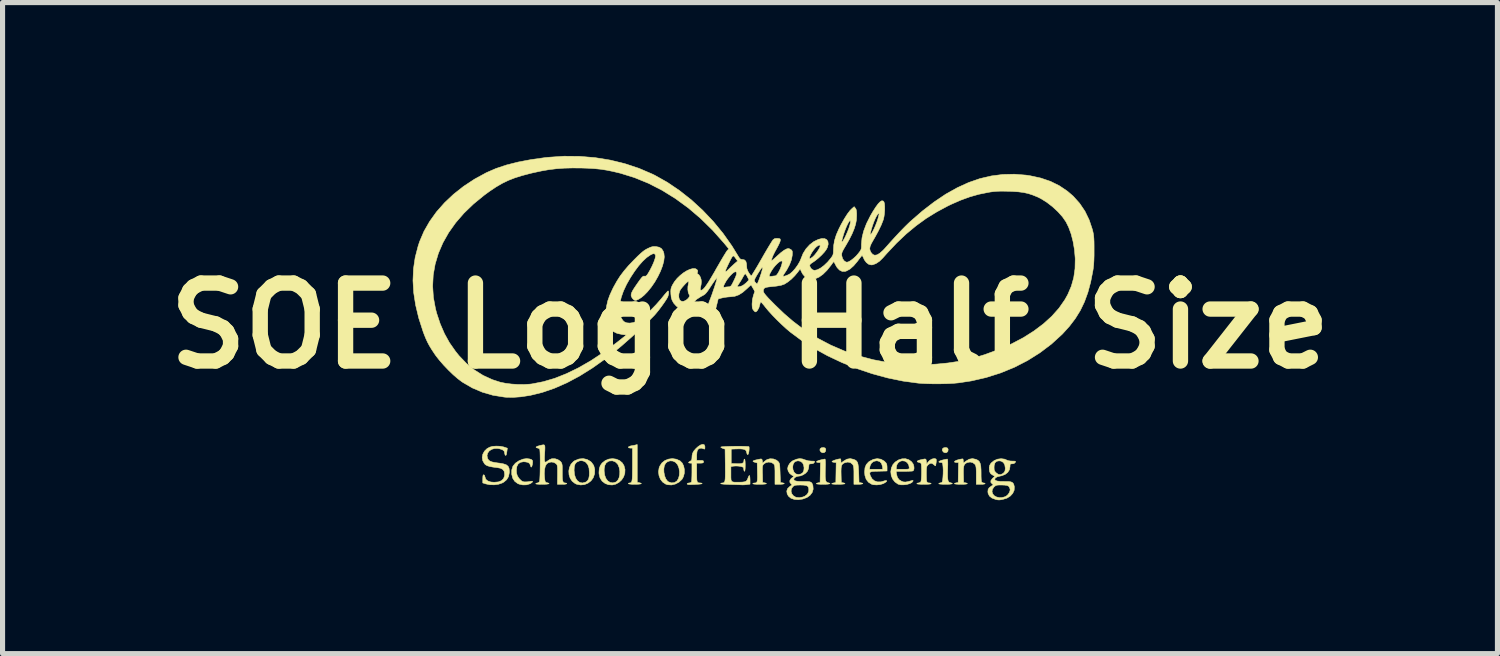
<source format=kicad_pcb>
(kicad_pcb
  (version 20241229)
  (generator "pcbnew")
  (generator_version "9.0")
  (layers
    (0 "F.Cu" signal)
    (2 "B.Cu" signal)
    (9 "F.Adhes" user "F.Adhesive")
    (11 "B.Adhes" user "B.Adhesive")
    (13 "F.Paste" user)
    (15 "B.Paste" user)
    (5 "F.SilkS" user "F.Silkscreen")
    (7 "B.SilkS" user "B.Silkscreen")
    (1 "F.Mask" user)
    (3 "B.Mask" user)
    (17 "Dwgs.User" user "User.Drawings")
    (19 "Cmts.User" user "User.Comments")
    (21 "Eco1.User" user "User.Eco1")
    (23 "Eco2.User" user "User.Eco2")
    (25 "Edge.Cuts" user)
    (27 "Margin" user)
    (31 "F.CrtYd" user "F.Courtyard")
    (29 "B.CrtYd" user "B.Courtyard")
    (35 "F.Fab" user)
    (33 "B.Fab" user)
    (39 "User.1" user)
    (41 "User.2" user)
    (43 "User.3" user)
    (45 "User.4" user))
  (footprint "SOE Logo Half Size"
    (layer "F.Cu")
    (at 11.619 3.321)
    (property "Reference" "SOE Logo Half Size" (at 0 0 0) (layer "F.SilkS") (effects (font (size 1.524 1.524) (thickness 0.3))))
    (attr through_hole)
    (fp_poly (pts (xy 1.44 2.382) (xy 1.47 2.392) (xy 1.482 2.417) (xy 1.477 2.455) (xy 1.455 2.479) (xy 1.423 2.485) (xy 1.389 2.47) (xy 1.385 2.466) (xy 1.366 2.434) (xy 1.371 2.406) (xy 1.395 2.387) (xy 1.435 2.382) (xy 1.44 2.382)) (stroke (width 0.01) (type solid)) (fill yes) (layer "F.SilkS"))
    (fp_poly (pts (xy 3.833 2.382) (xy 3.863 2.392) (xy 3.875 2.417) (xy 3.87 2.455) (xy 3.848 2.479) (xy 3.816 2.485) (xy 3.782 2.47) (xy 3.778 2.466) (xy 3.759 2.434) (xy 3.764 2.406) (xy 3.788 2.387) (xy 3.828 2.382) (xy 3.833 2.382)) (stroke (width 0.01) (type solid)) (fill yes) (layer "F.SilkS"))
    (fp_poly (pts (xy -2.206 3.062) (xy -2.166 3.07) (xy -2.133 3.079) (xy -2.125 3.087) (xy -2.141 3.094) (xy -2.178 3.099) (xy -2.236 3.101) (xy -2.253 3.101) (xy -2.312 3.1) (xy -2.356 3.096) (xy -2.378 3.091) (xy -2.38 3.088) (xy -2.369 3.077) (xy -2.356 3.075) (xy -2.339 3.073) (xy -2.326 3.067) (xy -2.316 3.054) (xy -2.309 3.029) (xy -2.304 2.992) (xy -2.301 2.937) (xy -2.3 2.863) (xy -2.299 2.767) (xy -2.299 2.718) (xy -2.299 2.393) (xy -2.339 2.393) (xy -2.371 2.388) (xy -2.38 2.377) (xy -2.369 2.363) (xy -2.337 2.351) (xy -2.323 2.348) (xy -2.279 2.341) (xy -2.242 2.333) (xy -2.236 2.331) (xy -2.206 2.323) (xy -2.206 3.062)) (stroke (width 0.01) (type solid)) (fill yes) (layer "F.SilkS"))
    (fp_poly (pts (xy 1.471 2.618) (xy 1.474 2.653) (xy 1.475 2.712) (xy 1.473 2.786) (xy 1.471 2.88) (xy 1.471 2.95) (xy 1.475 3) (xy 1.482 3.034) (xy 1.495 3.055) (xy 1.512 3.067) (xy 1.525 3.07) (xy 1.557 3.079) (xy 1.564 3.087) (xy 1.548 3.094) (xy 1.511 3.099) (xy 1.453 3.101) (xy 1.43 3.101) (xy 1.374 3.1) (xy 1.329 3.097) (xy 1.302 3.093) (xy 1.297 3.089) (xy 1.308 3.079) (xy 1.333 3.072) (xy 1.37 3.068) (xy 1.374 2.871) (xy 1.378 2.674) (xy 1.336 2.674) (xy 1.306 2.67) (xy 1.299 2.66) (xy 1.314 2.647) (xy 1.348 2.633) (xy 1.378 2.625) (xy 1.421 2.615) (xy 1.453 2.609) (xy 1.465 2.607) (xy 1.471 2.618)) (stroke (width 0.01) (type solid)) (fill yes) (layer "F.SilkS"))
    (fp_poly (pts (xy 3.864 2.618) (xy 3.867 2.653) (xy 3.868 2.712) (xy 3.866 2.786) (xy 3.864 2.88) (xy 3.864 2.95) (xy 3.868 3) (xy 3.875 3.034) (xy 3.888 3.055) (xy 3.905 3.067) (xy 3.918 3.07) (xy 3.95 3.079) (xy 3.957 3.087) (xy 3.941 3.094) (xy 3.904 3.099) (xy 3.846 3.101) (xy 3.823 3.101) (xy 3.767 3.1) (xy 3.722 3.097) (xy 3.695 3.093) (xy 3.69 3.089) (xy 3.701 3.079) (xy 3.726 3.072) (xy 3.745 3.069) (xy 3.756 3.06) (xy 3.764 3.04) (xy 3.769 3.004) (xy 3.773 2.961) (xy 3.777 2.894) (xy 3.778 2.823) (xy 3.775 2.764) (xy 3.77 2.716) (xy 3.765 2.689) (xy 3.755 2.677) (xy 3.739 2.674) (xy 3.727 2.674) (xy 3.698 2.67) (xy 3.692 2.66) (xy 3.707 2.647) (xy 3.741 2.633) (xy 3.771 2.625) (xy 3.813 2.615) (xy 3.846 2.609) (xy 3.858 2.607) (xy 3.864 2.618)) (stroke (width 0.01) (type solid)) (fill yes) (layer "F.SilkS"))
    (fp_poly (pts (xy -4.307 2.606) (xy -4.273 2.618) (xy -4.255 2.636) (xy -4.251 2.665) (xy -4.257 2.712) (xy -4.26 2.725) (xy -4.27 2.758) (xy -4.281 2.765) (xy -4.292 2.744) (xy -4.296 2.727) (xy -4.312 2.692) (xy -4.347 2.671) (xy -4.402 2.661) (xy -4.433 2.66) (xy -4.492 2.671) (xy -4.535 2.703) (xy -4.561 2.754) (xy -4.57 2.823) (xy -4.566 2.883) (xy -4.551 2.935) (xy -4.52 2.983) (xy -4.505 2.999) (xy -4.472 3.032) (xy -4.444 3.048) (xy -4.412 3.054) (xy -4.396 3.054) (xy -4.347 3.052) (xy -4.301 3.045) (xy -4.293 3.043) (xy -4.262 3.04) (xy -4.252 3.047) (xy -4.263 3.064) (xy -4.293 3.085) (xy -4.305 3.091) (xy -4.369 3.111) (xy -4.442 3.113) (xy -4.513 3.098) (xy -4.542 3.087) (xy -4.601 3.043) (xy -4.641 2.982) (xy -4.661 2.904) (xy -4.66 2.819) (xy -4.637 2.747) (xy -4.589 2.688) (xy -4.518 2.64) (xy -4.439 2.608) (xy -4.368 2.598) (xy -4.307 2.606)) (stroke (width 0.01) (type solid)) (fill yes) (layer "F.SilkS"))
    (fp_poly (pts (xy -1.44 2.61) (xy -1.368 2.643) (xy -1.326 2.685) (xy -1.298 2.744) (xy -1.284 2.812) (xy -1.285 2.884) (xy -1.302 2.951) (xy -1.331 3.004) (xy -1.39 3.059) (xy -1.461 3.096) (xy -1.537 3.114) (xy -1.612 3.109) (xy -1.652 3.096) (xy -1.709 3.057) (xy -1.753 3.001) (xy -1.78 2.932) (xy -1.79 2.857) (xy -1.781 2.798) (xy -1.686 2.798) (xy -1.684 2.865) (xy -1.671 2.933) (xy -1.648 2.993) (xy -1.615 3.038) (xy -1.593 3.054) (xy -1.535 3.073) (xy -1.479 3.068) (xy -1.432 3.038) (xy -1.431 3.037) (xy -1.4 2.99) (xy -1.383 2.926) (xy -1.379 2.855) (xy -1.39 2.784) (xy -1.415 2.721) (xy -1.418 2.715) (xy -1.459 2.67) (xy -1.509 2.646) (xy -1.564 2.642) (xy -1.616 2.66) (xy -1.651 2.69) (xy -1.676 2.737) (xy -1.686 2.798) (xy -1.781 2.798) (xy -1.779 2.782) (xy -1.766 2.747) (xy -1.724 2.683) (xy -1.665 2.636) (xy -1.594 2.608) (xy -1.518 2.598) (xy -1.44 2.61)) (stroke (width 0.01) (type solid)) (fill yes) (layer "F.SilkS"))
    (fp_poly (pts (xy -3.188 2.615) (xy -3.119 2.655) (xy -3.1 2.672) (xy -3.057 2.733) (xy -3.037 2.808) (xy -3.04 2.894) (xy -3.041 2.898) (xy -3.066 2.972) (xy -3.11 3.033) (xy -3.17 3.079) (xy -3.239 3.107) (xy -3.314 3.114) (xy -3.389 3.1) (xy -3.422 3.085) (xy -3.478 3.041) (xy -3.518 2.982) (xy -3.54 2.914) (xy -3.544 2.841) (xy -3.542 2.827) (xy -3.441 2.827) (xy -3.433 2.912) (xy -3.41 2.982) (xy -3.375 3.033) (xy -3.33 3.065) (xy -3.278 3.075) (xy -3.22 3.06) (xy -3.21 3.056) (xy -3.177 3.03) (xy -3.155 2.991) (xy -3.144 2.934) (xy -3.142 2.873) (xy -3.149 2.784) (xy -3.173 2.717) (xy -3.212 2.67) (xy -3.245 2.651) (xy -3.288 2.639) (xy -3.328 2.641) (xy -3.343 2.646) (xy -3.39 2.668) (xy -3.421 2.703) (xy -3.437 2.756) (xy -3.441 2.827) (xy -3.542 2.827) (xy -3.531 2.771) (xy -3.501 2.707) (xy -3.453 2.655) (xy -3.427 2.638) (xy -3.346 2.606) (xy -3.264 2.598) (xy -3.188 2.615)) (stroke (width 0.01) (type solid)) (fill yes) (layer "F.SilkS"))
    (fp_poly (pts (xy -2.616 2.609) (xy -2.551 2.637) (xy -2.498 2.682) (xy -2.465 2.736) (xy -2.445 2.813) (xy -2.449 2.887) (xy -2.472 2.955) (xy -2.511 3.015) (xy -2.564 3.064) (xy -2.626 3.098) (xy -2.695 3.114) (xy -2.768 3.109) (xy -2.833 3.085) (xy -2.893 3.039) (xy -2.934 2.975) (xy -2.953 2.898) (xy -2.954 2.866) (xy -2.952 2.842) (xy -2.853 2.842) (xy -2.843 2.921) (xy -2.819 2.986) (xy -2.782 3.035) (xy -2.735 3.065) (xy -2.682 3.073) (xy -2.625 3.057) (xy -2.621 3.055) (xy -2.586 3.023) (xy -2.561 2.972) (xy -2.548 2.91) (xy -2.547 2.842) (xy -2.559 2.774) (xy -2.584 2.714) (xy -2.594 2.7) (xy -2.637 2.66) (xy -2.692 2.641) (xy -2.749 2.645) (xy -2.771 2.653) (xy -2.813 2.683) (xy -2.839 2.729) (xy -2.852 2.794) (xy -2.853 2.842) (xy -2.952 2.842) (xy -2.948 2.793) (xy -2.928 2.735) (xy -2.892 2.684) (xy -2.89 2.683) (xy -2.829 2.635) (xy -2.76 2.607) (xy -2.687 2.599) (xy -2.616 2.609)) (stroke (width 0.01) (type solid)) (fill yes) (layer "F.SilkS"))
    (fp_poly (pts (xy 2.559 2.61) (xy 2.622 2.645) (xy 2.632 2.654) (xy 2.66 2.683) (xy 2.674 2.709) (xy 2.679 2.746) (xy 2.68 2.769) (xy 2.68 2.841) (xy 2.516 2.845) (xy 2.441 2.847) (xy 2.39 2.851) (xy 2.359 2.859) (xy 2.344 2.872) (xy 2.342 2.893) (xy 2.349 2.923) (xy 2.353 2.933) (xy 2.385 2.992) (xy 2.433 3.033) (xy 2.494 3.054) (xy 2.562 3.053) (xy 2.602 3.041) (xy 2.647 3.028) (xy 2.671 3.029) (xy 2.674 3.04) (xy 2.656 3.058) (xy 2.617 3.082) (xy 2.602 3.089) (xy 2.544 3.106) (xy 2.478 3.113) (xy 2.414 3.109) (xy 2.38 3.1) (xy 2.317 3.061) (xy 2.272 3.004) (xy 2.247 2.929) (xy 2.241 2.86) (xy 2.246 2.807) (xy 2.336 2.807) (xy 2.597 2.807) (xy 2.59 2.752) (xy 2.572 2.694) (xy 2.539 2.657) (xy 2.489 2.642) (xy 2.473 2.641) (xy 2.418 2.653) (xy 2.375 2.687) (xy 2.348 2.739) (xy 2.344 2.758) (xy 2.336 2.807) (xy 2.246 2.807) (xy 2.248 2.779) (xy 2.273 2.716) (xy 2.317 2.666) (xy 2.339 2.65) (xy 2.414 2.612) (xy 2.488 2.599) (xy 2.559 2.61)) (stroke (width 0.01) (type solid)) (fill yes) (layer "F.SilkS"))
    (fp_poly (pts (xy 3.106 2.621) (xy 3.159 2.66) (xy 3.19 2.703) (xy 3.204 2.744) (xy 3.208 2.786) (xy 3.202 2.821) (xy 3.187 2.839) (xy 3.166 2.843) (xy 3.124 2.845) (xy 3.068 2.847) (xy 3.012 2.847) (xy 2.857 2.847) (xy 2.865 2.901) (xy 2.882 2.965) (xy 2.915 3.011) (xy 2.963 3.041) (xy 2.999 3.054) (xy 3.039 3.057) (xy 3.088 3.049) (xy 3.154 3.031) (xy 3.165 3.028) (xy 3.187 3.024) (xy 3.189 3.034) (xy 3.187 3.04) (xy 3.164 3.067) (xy 3.122 3.088) (xy 3.067 3.104) (xy 3.007 3.111) (xy 2.949 3.111) (xy 2.9 3.099) (xy 2.894 3.097) (xy 2.833 3.054) (xy 2.788 2.996) (xy 2.761 2.928) (xy 2.753 2.855) (xy 2.764 2.782) (xy 2.768 2.773) (xy 2.861 2.773) (xy 2.861 2.807) (xy 2.988 2.807) (xy 3.047 2.807) (xy 3.084 2.805) (xy 3.105 2.8) (xy 3.113 2.792) (xy 3.115 2.783) (xy 3.104 2.723) (xy 3.075 2.677) (xy 3.032 2.648) (xy 2.98 2.641) (xy 2.946 2.647) (xy 2.901 2.675) (xy 2.871 2.721) (xy 2.861 2.773) (xy 2.768 2.773) (xy 2.795 2.715) (xy 2.838 2.667) (xy 2.904 2.624) (xy 2.974 2.602) (xy 3.043 2.601) (xy 3.106 2.621)) (stroke (width 0.01) (type solid)) (fill yes) (layer "F.SilkS"))
    (fp_poly (pts (xy 2.026 2.613) (xy 2.06 2.628) (xy 2.084 2.646) (xy 2.101 2.672) (xy 2.112 2.709) (xy 2.119 2.762) (xy 2.124 2.835) (xy 2.126 2.881) (xy 2.132 3.068) (xy 2.169 3.072) (xy 2.2 3.079) (xy 2.207 3.086) (xy 2.193 3.094) (xy 2.162 3.099) (xy 2.119 3.101) (xy 2.032 3.101) (xy 2.032 2.923) (xy 2.032 2.849) (xy 2.03 2.796) (xy 2.026 2.761) (xy 2.02 2.736) (xy 2.011 2.718) (xy 2.005 2.71) (xy 1.963 2.676) (xy 1.911 2.666) (xy 1.854 2.678) (xy 1.824 2.694) (xy 1.802 2.713) (xy 1.789 2.741) (xy 1.782 2.783) (xy 1.78 2.843) (xy 1.781 2.911) (xy 1.785 3.068) (xy 1.821 3.072) (xy 1.848 3.079) (xy 1.858 3.089) (xy 1.846 3.094) (xy 1.812 3.098) (xy 1.763 3.101) (xy 1.722 3.101) (xy 1.661 3.1) (xy 1.619 3.097) (xy 1.599 3.093) (xy 1.598 3.089) (xy 1.62 3.078) (xy 1.644 3.073) (xy 1.678 3.068) (xy 1.685 2.675) (xy 1.641 2.671) (xy 1.613 2.665) (xy 1.602 2.655) (xy 1.603 2.654) (xy 1.617 2.644) (xy 1.648 2.631) (xy 1.688 2.618) (xy 1.728 2.608) (xy 1.759 2.603) (xy 1.771 2.604) (xy 1.776 2.621) (xy 1.778 2.65) (xy 1.778 2.688) (xy 1.828 2.649) (xy 1.893 2.61) (xy 1.959 2.598) (xy 2.026 2.613)) (stroke (width 0.01) (type solid)) (fill yes) (layer "F.SilkS"))
    (fp_poly (pts (xy 3.617 2.599) (xy 3.636 2.606) (xy 3.644 2.62) (xy 3.643 2.649) (xy 3.641 2.671) (xy 3.635 2.709) (xy 3.63 2.734) (xy 3.628 2.74) (xy 3.616 2.735) (xy 3.596 2.716) (xy 3.595 2.716) (xy 3.559 2.691) (xy 3.521 2.693) (xy 3.482 2.72) (xy 3.468 2.736) (xy 3.458 2.753) (xy 3.453 2.777) (xy 3.45 2.814) (xy 3.449 2.87) (xy 3.449 2.906) (xy 3.45 2.975) (xy 3.452 3.023) (xy 3.459 3.052) (xy 3.472 3.068) (xy 3.492 3.074) (xy 3.517 3.075) (xy 3.538 3.081) (xy 3.543 3.088) (xy 3.53 3.094) (xy 3.494 3.099) (xy 3.439 3.101) (xy 3.402 3.101) (xy 3.338 3.1) (xy 3.291 3.097) (xy 3.266 3.092) (xy 3.262 3.088) (xy 3.273 3.078) (xy 3.295 3.075) (xy 3.327 3.065) (xy 3.342 3.049) (xy 3.347 3.026) (xy 3.351 2.983) (xy 3.354 2.928) (xy 3.355 2.866) (xy 3.355 2.805) (xy 3.353 2.751) (xy 3.35 2.711) (xy 3.345 2.692) (xy 3.325 2.678) (xy 3.303 2.672) (xy 3.273 2.663) (xy 3.269 2.651) (xy 3.287 2.637) (xy 3.329 2.623) (xy 3.332 2.623) (xy 3.385 2.611) (xy 3.418 2.605) (xy 3.436 2.609) (xy 3.444 2.622) (xy 3.448 2.646) (xy 3.449 2.653) (xy 3.456 2.706) (xy 3.479 2.67) (xy 3.514 2.633) (xy 3.558 2.607) (xy 3.602 2.597) (xy 3.617 2.599)) (stroke (width 0.01) (type solid)) (fill yes) (layer "F.SilkS"))
    (fp_poly (pts (xy 4.419 2.613) (xy 4.421 2.614) (xy 4.458 2.632) (xy 4.485 2.658) (xy 4.502 2.694) (xy 4.513 2.745) (xy 4.518 2.815) (xy 4.519 2.878) (xy 4.519 2.942) (xy 4.521 2.996) (xy 4.524 3.036) (xy 4.527 3.054) (xy 4.545 3.07) (xy 4.567 3.075) (xy 4.591 3.079) (xy 4.599 3.088) (xy 4.586 3.095) (xy 4.554 3.1) (xy 4.512 3.101) (xy 4.425 3.101) (xy 4.425 2.923) (xy 4.425 2.849) (xy 4.423 2.797) (xy 4.419 2.761) (xy 4.413 2.737) (xy 4.404 2.718) (xy 4.398 2.709) (xy 4.356 2.677) (xy 4.304 2.665) (xy 4.25 2.675) (xy 4.24 2.679) (xy 4.212 2.696) (xy 4.193 2.717) (xy 4.181 2.747) (xy 4.175 2.789) (xy 4.173 2.85) (xy 4.174 2.911) (xy 4.178 3.068) (xy 4.214 3.072) (xy 4.241 3.079) (xy 4.251 3.089) (xy 4.239 3.094) (xy 4.205 3.099) (xy 4.157 3.101) (xy 4.124 3.101) (xy 4.07 3.1) (xy 4.027 3.097) (xy 4.001 3.092) (xy 3.997 3.089) (xy 4.009 3.079) (xy 4.034 3.072) (xy 4.071 3.068) (xy 4.074 2.871) (xy 4.078 2.674) (xy 4.038 2.674) (xy 4.006 2.67) (xy 3.997 2.659) (xy 4.01 2.645) (xy 4.043 2.629) (xy 4.077 2.619) (xy 4.12 2.609) (xy 4.152 2.604) (xy 4.164 2.605) (xy 4.169 2.621) (xy 4.171 2.65) (xy 4.171 2.688) (xy 4.221 2.649) (xy 4.286 2.61) (xy 4.351 2.598) (xy 4.419 2.613)) (stroke (width 0.01) (type solid)) (fill yes) (layer "F.SilkS"))
    (fp_poly (pts (xy -0.896 2.327) (xy -0.883 2.357) (xy -0.882 2.375) (xy -0.884 2.405) (xy -0.892 2.413) (xy -0.908 2.407) (xy -0.954 2.393) (xy -0.996 2.401) (xy -1.022 2.423) (xy -1.037 2.462) (xy -1.043 2.527) (xy -1.043 2.543) (xy -1.043 2.634) (xy -0.976 2.634) (xy -0.936 2.635) (xy -0.916 2.641) (xy -0.909 2.654) (xy -0.909 2.66) (xy -0.913 2.676) (xy -0.928 2.684) (xy -0.96 2.687) (xy -0.976 2.687) (xy -1.043 2.687) (xy -1.043 2.873) (xy -1.042 2.95) (xy -1.041 3.005) (xy -1.036 3.04) (xy -1.026 3.061) (xy -1.011 3.071) (xy -0.988 3.074) (xy -0.968 3.075) (xy -0.944 3.079) (xy -0.936 3.087) (xy -0.948 3.092) (xy -0.98 3.097) (xy -1.026 3.101) (xy -1.078 3.104) (xy -1.13 3.106) (xy -1.176 3.107) (xy -1.208 3.105) (xy -1.217 3.104) (xy -1.231 3.093) (xy -1.223 3.082) (xy -1.199 3.075) (xy -1.191 3.075) (xy -1.159 3.068) (xy -1.144 3.054) (xy -1.141 3.033) (xy -1.139 2.991) (xy -1.137 2.934) (xy -1.136 2.868) (xy -1.136 2.86) (xy -1.136 2.687) (xy -1.17 2.687) (xy -1.195 2.683) (xy -1.203 2.676) (xy -1.192 2.663) (xy -1.17 2.649) (xy -1.147 2.634) (xy -1.138 2.609) (xy -1.136 2.581) (xy -1.133 2.536) (xy -1.123 2.495) (xy -1.122 2.491) (xy -1.098 2.448) (xy -1.058 2.402) (xy -1.013 2.361) (xy -0.969 2.333) (xy -0.967 2.331) (xy -0.923 2.319) (xy -0.896 2.327)) (stroke (width 0.01) (type solid)) (fill yes) (layer "F.SilkS"))
    (fp_poly (pts (xy -4.888 2.357) (xy -4.82 2.37) (xy -4.808 2.374) (xy -4.746 2.395) (xy -4.754 2.451) (xy -4.76 2.49) (xy -4.766 2.519) (xy -4.767 2.524) (xy -4.777 2.537) (xy -4.789 2.529) (xy -4.797 2.506) (xy -4.799 2.486) (xy -4.81 2.451) (xy -4.843 2.424) (xy -4.9 2.406) (xy -4.926 2.401) (xy -4.994 2.4) (xy -5.053 2.417) (xy -5.1 2.448) (xy -5.131 2.49) (xy -5.144 2.539) (xy -5.134 2.593) (xy -5.128 2.604) (xy -5.111 2.629) (xy -5.085 2.648) (xy -5.047 2.663) (xy -4.991 2.675) (xy -4.914 2.686) (xy -4.907 2.686) (xy -4.827 2.7) (xy -4.769 2.719) (xy -4.732 2.748) (xy -4.713 2.788) (xy -4.707 2.843) (xy -4.708 2.875) (xy -4.724 2.951) (xy -4.761 3.012) (xy -4.82 3.061) (xy -4.849 3.076) (xy -4.92 3.1) (xy -5.003 3.111) (xy -5.089 3.109) (xy -5.164 3.094) (xy -5.227 3.074) (xy -5.227 2.994) (xy -5.225 2.947) (xy -5.22 2.922) (xy -5.209 2.914) (xy -5.208 2.914) (xy -5.192 2.927) (xy -5.184 2.957) (xy -5.168 3.003) (xy -5.128 3.036) (xy -5.069 3.056) (xy -5.004 3.061) (xy -4.921 3.054) (xy -4.861 3.03) (xy -4.821 2.991) (xy -4.801 2.935) (xy -4.799 2.904) (xy -4.807 2.849) (xy -4.834 2.811) (xy -4.88 2.787) (xy -4.941 2.775) (xy -5.028 2.764) (xy -5.093 2.752) (xy -5.14 2.737) (xy -5.174 2.718) (xy -5.193 2.699) (xy -5.227 2.64) (xy -5.238 2.576) (xy -5.226 2.512) (xy -5.194 2.453) (xy -5.143 2.403) (xy -5.09 2.374) (xy -5.034 2.359) (xy -4.963 2.354) (xy -4.888 2.357)) (stroke (width 0.01) (type solid)) (fill yes) (layer "F.SilkS"))
    (fp_poly (pts (xy 0.457 2.605) (xy 0.516 2.628) (xy 0.549 2.655) (xy 0.562 2.67) (xy 0.571 2.687) (xy 0.578 2.711) (xy 0.582 2.747) (xy 0.585 2.799) (xy 0.588 2.873) (xy 0.588 2.879) (xy 0.595 3.068) (xy 0.632 3.072) (xy 0.663 3.079) (xy 0.67 3.086) (xy 0.656 3.094) (xy 0.625 3.099) (xy 0.579 3.101) (xy 0.578 3.101) (xy 0.488 3.101) (xy 0.488 2.915) (xy 0.488 2.84) (xy 0.486 2.787) (xy 0.484 2.752) (xy 0.479 2.728) (xy 0.47 2.712) (xy 0.459 2.699) (xy 0.457 2.697) (xy 0.415 2.673) (xy 0.363 2.666) (xy 0.311 2.677) (xy 0.275 2.7) (xy 0.26 2.714) (xy 0.251 2.729) (xy 0.245 2.749) (xy 0.242 2.78) (xy 0.242 2.828) (xy 0.243 2.896) (xy 0.244 2.9) (xy 0.247 3.068) (xy 0.284 3.072) (xy 0.311 3.079) (xy 0.321 3.089) (xy 0.308 3.094) (xy 0.275 3.098) (xy 0.226 3.101) (xy 0.187 3.101) (xy 0.125 3.1) (xy 0.08 3.097) (xy 0.056 3.091) (xy 0.053 3.088) (xy 0.065 3.079) (xy 0.093 3.075) (xy 0.093 3.075) (xy 0.114 3.073) (xy 0.128 3.065) (xy 0.138 3.047) (xy 0.144 3.016) (xy 0.146 2.967) (xy 0.145 2.898) (xy 0.144 2.848) (xy 0.14 2.682) (xy 0.097 2.671) (xy 0.064 2.659) (xy 0.057 2.648) (xy 0.075 2.636) (xy 0.12 2.623) (xy 0.124 2.623) (xy 0.177 2.611) (xy 0.21 2.605) (xy 0.228 2.608) (xy 0.236 2.62) (xy 0.24 2.641) (xy 0.241 2.645) (xy 0.247 2.689) (xy 0.28 2.655) (xy 0.331 2.618) (xy 0.392 2.601) (xy 0.457 2.605)) (stroke (width 0.01) (type solid)) (fill yes) (layer "F.SilkS"))
    (fp_poly (pts (xy -4.022 2.333) (xy -4.013 2.352) (xy -4.011 2.387) (xy -4.013 2.443) (xy -4.016 2.492) (xy -4.02 2.569) (xy -4.02 2.623) (xy -4.015 2.655) (xy -4.004 2.668) (xy -3.987 2.664) (xy -3.961 2.646) (xy -3.956 2.642) (xy -3.918 2.617) (xy -3.877 2.601) (xy -3.873 2.6) (xy -3.816 2.6) (xy -3.759 2.618) (xy -3.711 2.65) (xy -3.698 2.665) (xy -3.685 2.684) (xy -3.678 2.706) (xy -3.673 2.736) (xy -3.672 2.781) (xy -3.672 2.846) (xy -3.672 2.856) (xy -3.672 2.939) (xy -3.669 2.999) (xy -3.662 3.039) (xy -3.649 3.063) (xy -3.631 3.073) (xy -3.616 3.075) (xy -3.591 3.079) (xy -3.583 3.088) (xy -3.595 3.095) (xy -3.628 3.1) (xy -3.675 3.101) (xy -3.767 3.101) (xy -3.765 2.915) (xy -3.765 2.84) (xy -3.765 2.788) (xy -3.768 2.752) (xy -3.772 2.729) (xy -3.78 2.713) (xy -3.792 2.699) (xy -3.794 2.698) (xy -3.836 2.672) (xy -3.888 2.665) (xy -3.939 2.676) (xy -3.976 2.7) (xy -4.003 2.744) (xy -4.018 2.809) (xy -4.023 2.893) (xy -4.018 2.974) (xy -4.012 3.021) (xy -4.005 3.049) (xy -3.994 3.062) (xy -3.975 3.069) (xy -3.969 3.07) (xy -3.937 3.079) (xy -3.93 3.087) (xy -3.946 3.094) (xy -3.984 3.099) (xy -4.041 3.101) (xy -4.065 3.101) (xy -4.13 3.1) (xy -4.173 3.097) (xy -4.191 3.091) (xy -4.191 3.088) (xy -4.172 3.077) (xy -4.157 3.075) (xy -4.131 3.064) (xy -4.118 3.049) (xy -4.114 3.029) (xy -4.111 2.986) (xy -4.108 2.927) (xy -4.106 2.856) (xy -4.105 2.777) (xy -4.104 2.696) (xy -4.104 2.616) (xy -4.105 2.543) (xy -4.107 2.482) (xy -4.11 2.437) (xy -4.113 2.413) (xy -4.114 2.411) (xy -4.134 2.397) (xy -4.158 2.391) (xy -4.183 2.383) (xy -4.184 2.372) (xy -4.162 2.358) (xy -4.118 2.345) (xy -4.113 2.343) (xy -4.069 2.333) (xy -4.04 2.328) (xy -4.022 2.333)) (stroke (width 0.01) (type solid)) (fill yes) (layer "F.SilkS"))
    (fp_poly (pts (xy -0.13 2.358) (xy -0.076 2.36) (xy -0.037 2.362) (xy -0.02 2.366) (xy -0.02 2.367) (xy -0.017 2.387) (xy -0.018 2.423) (xy -0.021 2.454) (xy -0.03 2.499) (xy -0.041 2.52) (xy -0.053 2.517) (xy -0.064 2.489) (xy -0.067 2.473) (xy -0.077 2.444) (xy -0.098 2.424) (xy -0.135 2.413) (xy -0.191 2.408) (xy -0.265 2.409) (xy -0.368 2.413) (xy -0.368 2.694) (xy -0.263 2.698) (xy -0.198 2.698) (xy -0.155 2.692) (xy -0.131 2.677) (xy -0.121 2.653) (xy -0.12 2.639) (xy -0.116 2.614) (xy -0.107 2.607) (xy -0.101 2.619) (xy -0.096 2.654) (xy -0.094 2.707) (xy -0.094 2.727) (xy -0.095 2.785) (xy -0.099 2.826) (xy -0.105 2.846) (xy -0.107 2.847) (xy -0.117 2.836) (xy -0.121 2.817) (xy -0.125 2.786) (xy -0.131 2.771) (xy -0.151 2.76) (xy -0.189 2.75) (xy -0.237 2.744) (xy -0.286 2.743) (xy -0.327 2.746) (xy -0.374 2.755) (xy -0.374 2.9) (xy -0.374 2.968) (xy -0.371 3.014) (xy -0.36 3.041) (xy -0.337 3.055) (xy -0.298 3.06) (xy -0.24 3.06) (xy -0.221 3.06) (xy -0.153 3.058) (xy -0.107 3.052) (xy -0.077 3.04) (xy -0.058 3.02) (xy -0.044 2.99) (xy -0.042 2.984) (xy -0.029 2.95) (xy -0.016 2.93) (xy -0.012 2.928) (xy -0.006 2.94) (xy -0.002 2.972) (xy 0 3.013) (xy 0 3.098) (xy -0.062 3.106) (xy -0.106 3.111) (xy -0.143 3.112) (xy -0.152 3.112) (xy -0.175 3.111) (xy -0.219 3.109) (xy -0.279 3.107) (xy -0.349 3.105) (xy -0.378 3.105) (xy -0.453 3.102) (xy -0.513 3.099) (xy -0.555 3.094) (xy -0.574 3.089) (xy -0.575 3.088) (xy -0.563 3.078) (xy -0.543 3.075) (xy -0.524 3.073) (xy -0.509 3.068) (xy -0.499 3.055) (xy -0.491 3.031) (xy -0.486 2.993) (xy -0.484 2.94) (xy -0.483 2.866) (xy -0.484 2.771) (xy -0.484 2.725) (xy -0.488 2.413) (xy -0.529 2.4) (xy -0.558 2.387) (xy -0.573 2.374) (xy -0.573 2.374) (xy -0.561 2.369) (xy -0.527 2.365) (xy -0.476 2.362) (xy -0.413 2.36) (xy -0.342 2.358) (xy -0.268 2.357) (xy -0.195 2.357) (xy -0.13 2.358)) (stroke (width 0.01) (type solid)) (fill yes) (layer "F.SilkS"))
    (fp_poly (pts (xy 1.029 2.606) (xy 1.063 2.619) (xy 1.135 2.641) (xy 1.199 2.647) (xy 1.24 2.648) (xy 1.259 2.651) (xy 1.263 2.661) (xy 1.257 2.674) (xy 1.234 2.695) (xy 1.196 2.7) (xy 1.166 2.702) (xy 1.153 2.713) (xy 1.15 2.741) (xy 1.15 2.751) (xy 1.142 2.798) (xy 1.124 2.842) (xy 1.123 2.844) (xy 1.087 2.884) (xy 1.036 2.917) (xy 0.981 2.938) (xy 0.953 2.941) (xy 0.914 2.948) (xy 0.88 2.967) (xy 0.858 2.99) (xy 0.856 3.001) (xy 0.864 3.022) (xy 0.892 3.036) (xy 0.94 3.044) (xy 1.012 3.046) (xy 1.041 3.046) (xy 1.111 3.046) (xy 1.16 3.05) (xy 1.191 3.06) (xy 1.211 3.079) (xy 1.224 3.109) (xy 1.23 3.127) (xy 1.235 3.196) (xy 1.216 3.26) (xy 1.173 3.316) (xy 1.113 3.359) (xy 1.032 3.389) (xy 0.944 3.402) (xy 0.865 3.396) (xy 0.8 3.373) (xy 0.751 3.332) (xy 0.727 3.288) (xy 0.719 3.237) (xy 0.803 3.237) (xy 0.816 3.285) (xy 0.848 3.326) (xy 0.895 3.353) (xy 0.9 3.355) (xy 0.963 3.362) (xy 1.031 3.35) (xy 1.072 3.334) (xy 1.12 3.296) (xy 1.146 3.245) (xy 1.15 3.21) (xy 1.146 3.169) (xy 1.131 3.141) (xy 1.101 3.125) (xy 1.052 3.117) (xy 0.989 3.115) (xy 0.931 3.116) (xy 0.893 3.119) (xy 0.868 3.126) (xy 0.848 3.139) (xy 0.837 3.148) (xy 0.809 3.19) (xy 0.803 3.237) (xy 0.719 3.237) (xy 0.719 3.232) (xy 0.735 3.185) (xy 0.776 3.145) (xy 0.779 3.143) (xy 0.809 3.122) (xy 0.819 3.11) (xy 0.812 3.099) (xy 0.802 3.092) (xy 0.779 3.062) (xy 0.779 3.027) (xy 0.803 2.99) (xy 0.818 2.977) (xy 0.86 2.944) (xy 0.818 2.922) (xy 0.776 2.889) (xy 0.747 2.843) (xy 0.735 2.794) (xy 0.742 2.763) (xy 0.834 2.763) (xy 0.841 2.817) (xy 0.862 2.865) (xy 0.897 2.898) (xy 0.9 2.899) (xy 0.945 2.909) (xy 0.993 2.9) (xy 1.031 2.875) (xy 1.033 2.873) (xy 1.052 2.831) (xy 1.057 2.778) (xy 1.048 2.724) (xy 1.026 2.68) (xy 1.024 2.678) (xy 0.984 2.65) (xy 0.937 2.641) (xy 0.891 2.652) (xy 0.868 2.668) (xy 0.843 2.711) (xy 0.834 2.763) (xy 0.742 2.763) (xy 0.747 2.742) (xy 0.778 2.691) (xy 0.822 2.649) (xy 0.845 2.636) (xy 0.915 2.608) (xy 0.974 2.598) (xy 1.029 2.606)) (stroke (width 0.01) (type solid)) (fill yes) (layer "F.SilkS"))
    (fp_poly (pts (xy 4.98 2.609) (xy 5.023 2.628) (xy 5.053 2.639) (xy 5.097 2.646) (xy 5.127 2.647) (xy 5.169 2.648) (xy 5.189 2.651) (xy 5.193 2.66) (xy 5.187 2.674) (xy 5.163 2.695) (xy 5.128 2.7) (xy 5.099 2.702) (xy 5.087 2.712) (xy 5.085 2.739) (xy 5.085 2.753) (xy 5.074 2.815) (xy 5.04 2.868) (xy 4.987 2.909) (xy 4.917 2.935) (xy 4.896 2.939) (xy 4.834 2.955) (xy 4.797 2.977) (xy 4.786 3.003) (xy 4.798 3.024) (xy 4.834 3.037) (xy 4.896 3.045) (xy 4.981 3.046) (xy 5.054 3.046) (xy 5.105 3.054) (xy 5.138 3.071) (xy 5.157 3.099) (xy 5.168 3.142) (xy 5.169 3.151) (xy 5.166 3.217) (xy 5.138 3.278) (xy 5.091 3.33) (xy 5.026 3.371) (xy 4.948 3.395) (xy 4.902 3.404) (xy 4.871 3.407) (xy 4.844 3.405) (xy 4.809 3.398) (xy 4.801 3.396) (xy 4.73 3.369) (xy 4.682 3.33) (xy 4.656 3.278) (xy 4.652 3.245) (xy 4.733 3.245) (xy 4.746 3.288) (xy 4.777 3.325) (xy 4.824 3.35) (xy 4.883 3.362) (xy 4.926 3.36) (xy 4.969 3.35) (xy 5.006 3.336) (xy 5.01 3.333) (xy 5.047 3.3) (xy 5.074 3.258) (xy 5.087 3.215) (xy 5.086 3.195) (xy 5.073 3.159) (xy 5.054 3.135) (xy 5.021 3.122) (xy 4.971 3.116) (xy 4.923 3.115) (xy 4.867 3.115) (xy 4.831 3.118) (xy 4.806 3.126) (xy 4.787 3.14) (xy 4.771 3.154) (xy 4.74 3.199) (xy 4.733 3.245) (xy 4.652 3.245) (xy 4.652 3.244) (xy 4.657 3.2) (xy 4.677 3.169) (xy 4.716 3.139) (xy 4.745 3.12) (xy 4.754 3.109) (xy 4.746 3.098) (xy 4.735 3.091) (xy 4.71 3.063) (xy 4.711 3.029) (xy 4.738 2.991) (xy 4.747 2.982) (xy 4.789 2.943) (xy 4.748 2.922) (xy 4.709 2.895) (xy 4.687 2.858) (xy 4.679 2.805) (xy 4.679 2.789) (xy 4.681 2.77) (xy 4.773 2.77) (xy 4.775 2.815) (xy 4.787 2.847) (xy 4.812 2.875) (xy 4.856 2.907) (xy 4.901 2.912) (xy 4.946 2.89) (xy 4.955 2.883) (xy 4.977 2.859) (xy 4.988 2.832) (xy 4.992 2.79) (xy 4.992 2.782) (xy 4.982 2.718) (xy 4.954 2.673) (xy 4.91 2.647) (xy 4.871 2.642) (xy 4.823 2.651) (xy 4.791 2.681) (xy 4.775 2.732) (xy 4.773 2.77) (xy 4.681 2.77) (xy 4.683 2.742) (xy 4.701 2.705) (xy 4.72 2.681) (xy 4.775 2.637) (xy 4.841 2.609) (xy 4.912 2.6) (xy 4.98 2.609)) (stroke (width 0.01) (type solid)) (fill yes) (layer "F.SilkS"))
    (fp_poly (pts (xy -3.333 -3.313) (xy -3.031 -3.288) (xy -2.735 -3.24) (xy -2.448 -3.17) (xy -2.173 -3.079) (xy -1.912 -2.967) (xy -1.863 -2.943) (xy -1.617 -2.805) (xy -1.378 -2.643) (xy -1.146 -2.46) (xy -0.926 -2.258) (xy -0.718 -2.039) (xy -0.527 -1.806) (xy -0.354 -1.561) (xy -0.247 -1.387) (xy -0.219 -1.341) (xy -0.199 -1.314) (xy -0.181 -1.301) (xy -0.16 -1.297) (xy -0.153 -1.297) (xy -0.11 -1.288) (xy -0.082 -1.261) (xy -0.069 -1.213) (xy -0.067 -1.175) (xy -0.062 -1.12) (xy -0.045 -1.073) (xy -0.026 -1.039) (xy -0.003 -1.005) (xy 0.017 -0.982) (xy 0.025 -0.976) (xy 0.035 -0.987) (xy 0.055 -1.019) (xy 0.085 -1.068) (xy 0.124 -1.132) (xy 0.168 -1.207) (xy 0.216 -1.291) (xy 0.229 -1.313) (xy 0.279 -1.401) (xy 0.327 -1.483) (xy 0.37 -1.555) (xy 0.406 -1.614) (xy 0.433 -1.657) (xy 0.449 -1.68) (xy 0.451 -1.682) (xy 0.479 -1.703) (xy 0.514 -1.709) (xy 0.538 -1.709) (xy 0.574 -1.704) (xy 0.59 -1.696) (xy 0.593 -1.676) (xy 0.592 -1.667) (xy 0.585 -1.64) (xy 0.566 -1.597) (xy 0.54 -1.545) (xy 0.523 -1.514) (xy 0.486 -1.447) (xy 0.455 -1.385) (xy 0.433 -1.332) (xy 0.421 -1.294) (xy 0.42 -1.274) (xy 0.421 -1.273) (xy 0.432 -1.279) (xy 0.459 -1.3) (xy 0.496 -1.333) (xy 0.531 -1.365) (xy 0.604 -1.43) (xy 0.667 -1.477) (xy 0.719 -1.504) (xy 0.751 -1.511) (xy 0.775 -1.503) (xy 0.801 -1.489) (xy 0.817 -1.475) (xy 0.826 -1.456) (xy 0.828 -1.427) (xy 0.826 -1.379) (xy 0.81 -1.292) (xy 0.773 -1.195) (xy 0.717 -1.09) (xy 0.68 -1.034) (xy 0.658 -1) (xy 0.646 -0.976) (xy 0.644 -0.969) (xy 0.662 -0.967) (xy 0.695 -0.976) (xy 0.734 -0.991) (xy 0.771 -1.01) (xy 0.785 -1.019) (xy 0.834 -1.062) (xy 0.886 -1.121) (xy 0.934 -1.188) (xy 0.973 -1.255) (xy 0.998 -1.313) (xy 0.998 -1.315) (xy 1.001 -1.321) (xy 1.162 -1.321) (xy 1.17 -1.31) (xy 1.171 -1.31) (xy 1.185 -1.317) (xy 1.212 -1.336) (xy 1.223 -1.344) (xy 1.258 -1.377) (xy 1.296 -1.424) (xy 1.332 -1.475) (xy 1.36 -1.522) (xy 1.37 -1.547) (xy 1.371 -1.572) (xy 1.357 -1.578) (xy 1.331 -1.568) (xy 1.296 -1.542) (xy 1.271 -1.517) (xy 1.238 -1.476) (xy 1.208 -1.431) (xy 1.183 -1.387) (xy 1.167 -1.348) (xy 1.162 -1.321) (xy 1.001 -1.321) (xy 1.038 -1.414) (xy 1.095 -1.505) (xy 1.167 -1.584) (xy 1.249 -1.647) (xy 1.337 -1.689) (xy 1.404 -1.706) (xy 1.461 -1.704) (xy 1.501 -1.683) (xy 1.524 -1.645) (xy 1.529 -1.595) (xy 1.514 -1.535) (xy 1.494 -1.495) (xy 1.457 -1.444) (xy 1.403 -1.385) (xy 1.34 -1.326) (xy 1.274 -1.272) (xy 1.232 -1.243) (xy 1.193 -1.217) (xy 1.173 -1.197) (xy 1.167 -1.179) (xy 1.17 -1.164) (xy 1.19 -1.124) (xy 1.224 -1.094) (xy 1.261 -1.083) (xy 1.317 -1.095) (xy 1.38 -1.128) (xy 1.448 -1.179) (xy 1.518 -1.246) (xy 1.576 -1.315) (xy 1.606 -1.356) (xy 1.622 -1.388) (xy 1.629 -1.422) (xy 1.631 -1.47) (xy 1.631 -1.474) (xy 1.637 -1.576) (xy 1.651 -1.655) (xy 1.793 -1.655) (xy 1.794 -1.646) (xy 1.799 -1.644) (xy 1.804 -1.644) (xy 1.815 -1.656) (xy 1.834 -1.686) (xy 1.858 -1.73) (xy 1.87 -1.755) (xy 1.904 -1.832) (xy 1.933 -1.906) (xy 1.953 -1.971) (xy 1.964 -2.021) (xy 1.965 -2.036) (xy 1.961 -2.055) (xy 1.949 -2.052) (xy 1.932 -2.03) (xy 1.911 -1.992) (xy 1.887 -1.942) (xy 1.863 -1.883) (xy 1.839 -1.817) (xy 1.824 -1.769) (xy 1.808 -1.711) (xy 1.798 -1.675) (xy 1.793 -1.655) (xy 1.651 -1.655) (xy 1.655 -1.675) (xy 1.687 -1.778) (xy 1.736 -1.89) (xy 1.78 -1.977) (xy 1.845 -2.093) (xy 1.904 -2.186) (xy 1.957 -2.255) (xy 1.994 -2.292) (xy 2.037 -2.329) (xy 2.061 -2.299) (xy 2.074 -2.278) (xy 2.081 -2.247) (xy 2.085 -2.2) (xy 2.085 -2.153) (xy 2.081 -2.07) (xy 2.065 -1.986) (xy 2.037 -1.897) (xy 1.996 -1.798) (xy 1.941 -1.688) (xy 1.869 -1.562) (xy 1.855 -1.54) (xy 1.824 -1.486) (xy 1.805 -1.448) (xy 1.795 -1.419) (xy 1.793 -1.391) (xy 1.795 -1.366) (xy 1.81 -1.314) (xy 1.838 -1.272) (xy 1.875 -1.247) (xy 1.898 -1.243) (xy 1.931 -1.253) (xy 1.975 -1.279) (xy 2.025 -1.318) (xy 2.075 -1.364) (xy 2.115 -1.41) (xy 2.147 -1.451) (xy 2.166 -1.481) (xy 2.176 -1.511) (xy 2.179 -1.549) (xy 2.179 -1.591) (xy 2.19 -1.718) (xy 2.207 -1.79) (xy 2.352 -1.79) (xy 2.357 -1.782) (xy 2.372 -1.798) (xy 2.397 -1.839) (xy 2.425 -1.894) (xy 2.453 -1.957) (xy 2.481 -2.029) (xy 2.5 -2.087) (xy 2.514 -2.139) (xy 2.522 -2.171) (xy 2.525 -2.187) (xy 2.523 -2.192) (xy 2.517 -2.193) (xy 2.514 -2.192) (xy 2.497 -2.18) (xy 2.475 -2.147) (xy 2.449 -2.096) (xy 2.422 -2.033) (xy 2.396 -1.96) (xy 2.394 -1.954) (xy 2.37 -1.876) (xy 2.356 -1.821) (xy 2.352 -1.79) (xy 2.207 -1.79) (xy 2.223 -1.853) (xy 2.278 -1.998) (xy 2.356 -2.153) (xy 2.402 -2.232) (xy 2.459 -2.321) (xy 2.507 -2.386) (xy 2.547 -2.427) (xy 2.579 -2.445) (xy 2.605 -2.439) (xy 2.62 -2.421) (xy 2.63 -2.385) (xy 2.634 -2.331) (xy 2.634 -2.266) (xy 2.629 -2.197) (xy 2.62 -2.131) (xy 2.607 -2.075) (xy 2.605 -2.069) (xy 2.567 -1.972) (xy 2.513 -1.86) (xy 2.447 -1.738) (xy 2.408 -1.671) (xy 2.37 -1.603) (xy 2.348 -1.55) (xy 2.341 -1.507) (xy 2.349 -1.469) (xy 2.366 -1.434) (xy 2.4 -1.395) (xy 2.439 -1.379) (xy 2.486 -1.387) (xy 2.54 -1.42) (xy 2.603 -1.476) (xy 2.635 -1.51) (xy 2.739 -1.627) (xy 2.829 -1.726) (xy 2.907 -1.81) (xy 2.975 -1.881) (xy 3.035 -1.942) (xy 3.09 -1.996) (xy 3.136 -2.04) (xy 3.37 -2.243) (xy 3.601 -2.421) (xy 3.827 -2.573) (xy 4.052 -2.699) (xy 4.275 -2.801) (xy 4.497 -2.878) (xy 4.72 -2.93) (xy 4.944 -2.959) (xy 5.169 -2.964) (xy 5.397 -2.946) (xy 5.477 -2.934) (xy 5.685 -2.889) (xy 5.876 -2.824) (xy 6.05 -2.738) (xy 6.207 -2.632) (xy 6.32 -2.535) (xy 6.445 -2.396) (xy 6.55 -2.241) (xy 6.633 -2.07) (xy 6.694 -1.888) (xy 6.706 -1.84) (xy 6.715 -1.798) (xy 6.721 -1.755) (xy 6.725 -1.706) (xy 6.728 -1.646) (xy 6.729 -1.569) (xy 6.729 -1.491) (xy 6.729 -1.374) (xy 6.726 -1.277) (xy 6.721 -1.195) (xy 6.713 -1.122) (xy 6.706 -1.076) (xy 6.662 -0.853) (xy 6.608 -0.652) (xy 6.541 -0.468) (xy 6.46 -0.299) (xy 6.362 -0.141) (xy 6.247 0.01) (xy 6.113 0.158) (xy 6.103 0.168) (xy 5.896 0.357) (xy 5.67 0.528) (xy 5.428 0.68) (xy 5.171 0.812) (xy 4.9 0.923) (xy 4.619 1.012) (xy 4.328 1.079) (xy 4.077 1.117) (xy 3.979 1.126) (xy 3.862 1.132) (xy 3.734 1.135) (xy 3.603 1.136) (xy 3.476 1.133) (xy 3.361 1.128) (xy 3.287 1.122) (xy 2.991 1.082) (xy 2.69 1.02) (xy 2.389 0.938) (xy 2.09 0.837) (xy 1.798 0.72) (xy 1.516 0.587) (xy 1.249 0.44) (xy 0.999 0.281) (xy 0.789 0.125) (xy 0.707 0.056) (xy 0.617 -0.027) (xy 0.524 -0.117) (xy 0.436 -0.208) (xy 0.358 -0.294) (xy 0.308 -0.354) (xy 0.272 -0.4) (xy 0.241 -0.436) (xy 0.22 -0.46) (xy 0.213 -0.465) (xy 0.204 -0.457) (xy 0.195 -0.429) (xy 0.193 -0.419) (xy 0.173 -0.35) (xy 0.143 -0.297) (xy 0.126 -0.28) (xy 0.109 -0.27) (xy 0.093 -0.277) (xy 0.072 -0.299) (xy 0.054 -0.324) (xy 0.044 -0.353) (xy 0.041 -0.395) (xy 0.04 -0.426) (xy 0.047 -0.514) (xy 0.067 -0.595) (xy 0.094 -0.673) (xy 0.083 -0.692) (xy 0.26 -0.692) (xy 0.261 -0.672) (xy 0.269 -0.65) (xy 0.287 -0.622) (xy 0.317 -0.586) (xy 0.36 -0.538) (xy 0.419 -0.478) (xy 0.488 -0.408) (xy 0.665 -0.238) (xy 0.839 -0.088) (xy 1.018 0.048) (xy 1.207 0.174) (xy 1.328 0.247) (xy 1.577 0.378) (xy 1.844 0.493) (xy 2.124 0.589) (xy 2.413 0.665) (xy 2.707 0.72) (xy 2.928 0.747) (xy 3.022 0.753) (xy 3.134 0.757) (xy 3.258 0.759) (xy 3.384 0.759) (xy 3.506 0.757) (xy 3.614 0.752) (xy 3.67 0.748) (xy 3.873 0.728) (xy 4.059 0.7) (xy 4.236 0.665) (xy 4.413 0.619) (xy 4.599 0.562) (xy 4.603 0.56) (xy 4.87 0.462) (xy 5.118 0.353) (xy 5.346 0.233) (xy 5.553 0.102) (xy 5.739 -0.038) (xy 5.902 -0.186) (xy 6.042 -0.343) (xy 6.157 -0.508) (xy 6.215 -0.612) (xy 6.284 -0.774) (xy 6.331 -0.94) (xy 6.356 -1.115) (xy 6.36 -1.304) (xy 6.359 -1.329) (xy 6.345 -1.49) (xy 6.318 -1.647) (xy 6.28 -1.795) (xy 6.231 -1.928) (xy 6.18 -2.031) (xy 6.11 -2.132) (xy 6.019 -2.233) (xy 5.914 -2.33) (xy 5.801 -2.417) (xy 5.686 -2.488) (xy 5.621 -2.52) (xy 5.529 -2.557) (xy 5.441 -2.586) (xy 5.35 -2.606) (xy 5.25 -2.619) (xy 5.134 -2.627) (xy 5.06 -2.63) (xy 4.964 -2.632) (xy 4.887 -2.632) (xy 4.823 -2.629) (xy 4.763 -2.624) (xy 4.702 -2.616) (xy 4.657 -2.608) (xy 4.474 -2.571) (xy 4.298 -2.521) (xy 4.122 -2.457) (xy 3.939 -2.377) (xy 3.87 -2.344) (xy 3.652 -2.227) (xy 3.445 -2.099) (xy 3.248 -1.956) (xy 3.056 -1.797) (xy 2.867 -1.618) (xy 2.677 -1.416) (xy 2.597 -1.326) (xy 2.531 -1.261) (xy 2.463 -1.216) (xy 2.398 -1.192) (xy 2.37 -1.19) (xy 2.321 -1.202) (xy 2.275 -1.237) (xy 2.236 -1.29) (xy 2.224 -1.317) (xy 2.208 -1.351) (xy 2.195 -1.371) (xy 2.19 -1.374) (xy 2.179 -1.362) (xy 2.156 -1.334) (xy 2.125 -1.293) (xy 2.1 -1.259) (xy 2.027 -1.173) (xy 1.955 -1.109) (xy 1.885 -1.071) (xy 1.857 -1.062) (xy 1.802 -1.063) (xy 1.75 -1.089) (xy 1.704 -1.137) (xy 1.681 -1.175) (xy 1.661 -1.214) (xy 1.646 -1.242) (xy 1.64 -1.252) (xy 1.63 -1.245) (xy 1.61 -1.22) (xy 1.584 -1.183) (xy 1.581 -1.18) (xy 1.504 -1.083) (xy 1.426 -1.006) (xy 1.349 -0.951) (xy 1.274 -0.918) (xy 1.203 -0.907) (xy 1.137 -0.918) (xy 1.08 -0.952) (xy 1.031 -1.01) (xy 1.012 -1.044) (xy 0.98 -1.112) (xy 0.931 -1.045) (xy 0.874 -0.977) (xy 0.809 -0.912) (xy 0.741 -0.857) (xy 0.678 -0.817) (xy 0.673 -0.814) (xy 0.607 -0.791) (xy 0.521 -0.776) (xy 0.495 -0.773) (xy 0.415 -0.765) (xy 0.357 -0.758) (xy 0.317 -0.751) (xy 0.292 -0.742) (xy 0.277 -0.731) (xy 0.268 -0.716) (xy 0.266 -0.711) (xy 0.26 -0.692) (xy 0.083 -0.692) (xy 0.058 -0.734) (xy 0.038 -0.769) (xy 0.024 -0.793) (xy 0.021 -0.798) (xy 0.011 -0.791) (xy -0.014 -0.769) (xy -0.048 -0.737) (xy -0.063 -0.723) (xy -0.143 -0.653) (xy -0.219 -0.605) (xy -0.296 -0.577) (xy -0.38 -0.567) (xy -0.381 -0.567) (xy -0.443 -0.562) (xy -0.507 -0.553) (xy -0.548 -0.544) (xy -0.622 -0.525) (xy -0.671 -0.329) (xy -0.695 -0.236) (xy -0.715 -0.167) (xy -0.734 -0.119) (xy -0.751 -0.088) (xy -0.769 -0.071) (xy -0.789 -0.067) (xy -0.82 -0.079) (xy -0.841 -0.112) (xy -0.853 -0.163) (xy -0.855 -0.227) (xy -0.846 -0.302) (xy -0.827 -0.384) (xy -0.799 -0.468) (xy -0.773 -0.534) (xy -0.746 -0.607) (xy -0.72 -0.683) (xy -0.695 -0.756) (xy -0.518 -0.756) (xy -0.504 -0.751) (xy -0.491 -0.754) (xy -0.456 -0.759) (xy -0.418 -0.762) (xy -0.398 -0.763) (xy -0.39 -0.767) (xy -0.248 -0.767) (xy -0.24 -0.762) (xy -0.228 -0.762) (xy -0.196 -0.767) (xy -0.158 -0.78) (xy -0.157 -0.78) (xy -0.121 -0.802) (xy -0.082 -0.834) (xy -0.068 -0.847) (xy -0.023 -0.894) (xy 0.086 -0.894) (xy 0.087 -0.877) (xy 0.094 -0.862) (xy 0.102 -0.851) (xy 0.123 -0.828) (xy 0.139 -0.82) (xy 0.139 -0.82) (xy 0.148 -0.833) (xy 0.163 -0.867) (xy 0.182 -0.916) (xy 0.203 -0.976) (xy 0.203 -0.977) (xy 0.206 -0.985) (xy 0.376 -0.985) (xy 0.38 -0.969) (xy 0.399 -0.964) (xy 0.424 -0.967) (xy 0.464 -0.973) (xy 0.495 -0.976) (xy 0.498 -0.976) (xy 0.517 -0.988) (xy 0.541 -1.019) (xy 0.567 -1.064) (xy 0.592 -1.115) (xy 0.612 -1.168) (xy 0.626 -1.216) (xy 0.63 -1.252) (xy 0.63 -1.253) (xy 0.62 -1.268) (xy 0.598 -1.264) (xy 0.566 -1.244) (xy 0.529 -1.212) (xy 0.49 -1.171) (xy 0.451 -1.122) (xy 0.417 -1.07) (xy 0.416 -1.068) (xy 0.388 -1.017) (xy 0.376 -0.985) (xy 0.206 -0.985) (xy 0.223 -1.038) (xy 0.238 -1.091) (xy 0.248 -1.13) (xy 0.251 -1.149) (xy 0.243 -1.147) (xy 0.224 -1.127) (xy 0.198 -1.09) (xy 0.18 -1.062) (xy 0.139 -0.997) (xy 0.111 -0.949) (xy 0.094 -0.916) (xy 0.086 -0.894) (xy -0.023 -0.894) (xy -0.021 -0.896) (xy -0.051 -0.956) (xy -0.07 -0.99) (xy -0.087 -1.012) (xy -0.093 -1.016) (xy -0.106 -1.005) (xy -0.125 -0.977) (xy -0.135 -0.959) (xy -0.162 -0.91) (xy -0.193 -0.86) (xy -0.2 -0.849) (xy -0.229 -0.805) (xy -0.244 -0.78) (xy -0.248 -0.767) (xy -0.39 -0.767) (xy -0.382 -0.77) (xy -0.367 -0.787) (xy -0.348 -0.817) (xy -0.324 -0.866) (xy -0.313 -0.888) (xy -0.281 -0.958) (xy -0.264 -1.007) (xy -0.261 -1.038) (xy -0.273 -1.053) (xy -0.287 -1.056) (xy -0.314 -1.046) (xy -0.35 -1.017) (xy -0.39 -0.976) (xy -0.431 -0.926) (xy -0.468 -0.874) (xy -0.471 -0.867) (xy -0.502 -0.812) (xy -0.518 -0.775) (xy -0.518 -0.756) (xy -0.695 -0.756) (xy -0.695 -0.756) (xy -0.674 -0.823) (xy -0.657 -0.878) (xy -0.647 -0.918) (xy -0.644 -0.937) (xy -0.645 -0.938) (xy -0.653 -0.933) (xy -0.673 -0.908) (xy -0.702 -0.868) (xy -0.738 -0.816) (xy -0.758 -0.785) (xy -0.801 -0.72) (xy -0.833 -0.673) (xy -0.859 -0.641) (xy -0.882 -0.617) (xy -0.907 -0.6) (xy -0.937 -0.583) (xy -0.954 -0.575) (xy -1.045 -0.517) (xy -1.096 -0.466) (xy -1.151 -0.413) (xy -1.214 -0.37) (xy -1.278 -0.343) (xy -1.328 -0.334) (xy -1.384 -0.347) (xy -1.44 -0.383) (xy -1.491 -0.44) (xy -1.502 -0.458) (xy -1.525 -0.501) (xy -1.539 -0.546) (xy -1.542 -0.566) (xy -1.394 -0.566) (xy -1.383 -0.519) (xy -1.364 -0.492) (xy -1.331 -0.476) (xy -1.293 -0.479) (xy -1.247 -0.503) (xy -1.216 -0.529) (xy -1.195 -0.554) (xy -1.182 -0.58) (xy -1.185 -0.6) (xy -1.195 -0.617) (xy -1.209 -0.653) (xy -1.216 -0.706) (xy -1.215 -0.765) (xy -1.205 -0.821) (xy -1.204 -0.826) (xy -1.199 -0.855) (xy -1.202 -0.869) (xy -1.203 -0.869) (xy -1.222 -0.859) (xy -1.251 -0.834) (xy -1.285 -0.798) (xy -1.32 -0.759) (xy -1.35 -0.721) (xy -1.37 -0.689) (xy -1.373 -0.684) (xy -1.391 -0.623) (xy -1.394 -0.566) (xy -1.542 -0.566) (xy -1.546 -0.602) (xy -1.548 -0.621) (xy -1.55 -0.677) (xy -1.547 -0.717) (xy -1.537 -0.754) (xy -1.517 -0.797) (xy -1.517 -0.797) (xy -1.477 -0.863) (xy -1.426 -0.926) (xy -1.366 -0.984) (xy -1.302 -1.035) (xy -1.236 -1.076) (xy -1.174 -1.104) (xy -1.117 -1.119) (xy -1.07 -1.117) (xy -1.038 -1.099) (xy -1.022 -1.073) (xy -1.027 -1.048) (xy -1.028 -1.045) (xy -1.035 -1.023) (xy -1.022 -1.011) (xy -1.017 -1.01) (xy -0.996 -0.992) (xy -0.975 -0.958) (xy -0.968 -0.942) (xy -0.956 -0.902) (xy -0.952 -0.86) (xy -0.956 -0.81) (xy -0.969 -0.743) (xy -0.97 -0.739) (xy -0.974 -0.709) (xy -0.967 -0.697) (xy -0.956 -0.695) (xy -0.936 -0.7) (xy -0.914 -0.718) (xy -0.886 -0.748) (xy -0.852 -0.795) (xy -0.81 -0.858) (xy -0.76 -0.941) (xy -0.699 -1.045) (xy -0.688 -1.064) (xy -0.482 -1.064) (xy -0.475 -1.058) (xy -0.454 -1.071) (xy -0.42 -1.104) (xy -0.417 -1.107) (xy -0.378 -1.145) (xy -0.331 -1.188) (xy -0.305 -1.212) (xy -0.242 -1.266) (xy -0.284 -1.323) (xy -0.303 -1.349) (xy -0.318 -1.363) (xy -0.332 -1.364) (xy -0.348 -1.35) (xy -0.367 -1.318) (xy -0.394 -1.266) (xy -0.422 -1.209) (xy -0.455 -1.139) (xy -0.475 -1.091) (xy -0.482 -1.064) (xy -0.688 -1.064) (xy -0.661 -1.113) (xy -0.611 -1.199) (xy -0.565 -1.279) (xy -0.523 -1.35) (xy -0.488 -1.407) (xy -0.462 -1.449) (xy -0.447 -1.47) (xy -0.446 -1.471) (xy -0.415 -1.504) (xy -0.509 -1.618) (xy -0.731 -1.868) (xy -0.964 -2.097) (xy -1.207 -2.304) (xy -1.459 -2.488) (xy -1.719 -2.649) (xy -1.986 -2.786) (xy -2.258 -2.897) (xy -2.535 -2.983) (xy -2.556 -2.988) (xy -2.686 -3.019) (xy -2.805 -3.043) (xy -2.921 -3.061) (xy -3.041 -3.073) (xy -3.174 -3.081) (xy -3.298 -3.085) (xy -3.476 -3.086) (xy -3.636 -3.082) (xy -3.786 -3.071) (xy -3.934 -3.053) (xy -4.087 -3.026) (xy -4.253 -2.99) (xy -4.291 -2.981) (xy -4.454 -2.938) (xy -4.596 -2.894) (xy -4.725 -2.844) (xy -4.847 -2.785) (xy -4.967 -2.715) (xy -5.094 -2.63) (xy -5.198 -2.554) (xy -5.408 -2.382) (xy -5.594 -2.203) (xy -5.756 -2.016) (xy -5.894 -1.822) (xy -6.007 -1.622) (xy -6.095 -1.417) (xy -6.158 -1.207) (xy -6.196 -0.993) (xy -6.207 -0.776) (xy -6.193 -0.556) (xy -6.152 -0.335) (xy -6.129 -0.246) (xy -6.059 -0.036) (xy -5.976 0.155) (xy -5.878 0.332) (xy -5.761 0.499) (xy -5.691 0.586) (xy -5.548 0.735) (xy -5.391 0.864) (xy -5.221 0.971) (xy -5.04 1.054) (xy -4.883 1.105) (xy -4.783 1.125) (xy -4.667 1.14) (xy -4.542 1.148) (xy -4.418 1.149) (xy -4.305 1.142) (xy -4.262 1.137) (xy -4.043 1.094) (xy -3.819 1.028) (xy -3.59 0.937) (xy -3.355 0.823) (xy -3.113 0.684) (xy -2.865 0.52) (xy -2.609 0.331) (xy -2.553 0.287) (xy -2.418 0.18) (xy -2.5 0.171) (xy -2.6 0.149) (xy -2.681 0.109) (xy -2.743 0.049) (xy -2.787 -0.03) (xy -2.812 -0.127) (xy -2.818 -0.245) (xy -2.817 -0.28) (xy -2.805 -0.386) (xy -2.781 -0.491) (xy -2.742 -0.6) (xy -2.687 -0.72) (xy -2.667 -0.759) (xy -2.604 -0.872) (xy -2.538 -0.975) (xy -2.463 -1.074) (xy -2.376 -1.176) (xy -2.271 -1.286) (xy -2.266 -1.291) (xy -2.197 -1.36) (xy -2.142 -1.411) (xy -2.097 -1.45) (xy -2.058 -1.479) (xy -2.02 -1.501) (xy -2.002 -1.51) (xy -1.951 -1.534) (xy -1.912 -1.546) (xy -1.874 -1.55) (xy -1.836 -1.548) (xy -1.774 -1.535) (xy -1.729 -1.506) (xy -1.698 -1.458) (xy -1.684 -1.415) (xy -1.677 -1.346) (xy -1.687 -1.262) (xy -1.713 -1.167) (xy -1.752 -1.065) (xy -1.803 -0.96) (xy -1.863 -0.855) (xy -1.932 -0.755) (xy -2.007 -0.663) (xy -2.072 -0.597) (xy -2.125 -0.553) (xy -2.178 -0.519) (xy -2.224 -0.498) (xy -2.246 -0.495) (xy -2.27 -0.506) (xy -2.297 -0.532) (xy -2.318 -0.565) (xy -2.326 -0.595) (xy -2.323 -0.621) (xy -2.313 -0.652) (xy -2.293 -0.691) (xy -2.262 -0.741) (xy -2.217 -0.807) (xy -2.189 -0.847) (xy -2.149 -0.903) (xy -2.12 -0.94) (xy -2.099 -0.961) (xy -2.083 -0.97) (xy -2.068 -0.971) (xy -2.064 -0.97) (xy -2.043 -0.969) (xy -2.023 -0.982) (xy -2 -1.013) (xy -1.996 -1.019) (xy -1.955 -1.09) (xy -1.916 -1.166) (xy -1.883 -1.24) (xy -1.861 -1.303) (xy -1.857 -1.315) (xy -1.849 -1.355) (xy -1.849 -1.38) (xy -1.859 -1.397) (xy -1.862 -1.4) (xy -1.876 -1.41) (xy -1.893 -1.41) (xy -1.92 -1.399) (xy -1.951 -1.383) (xy -2.022 -1.334) (xy -2.098 -1.263) (xy -2.178 -1.172) (xy -2.258 -1.065) (xy -2.337 -0.945) (xy -2.412 -0.814) (xy -2.419 -0.8) (xy -2.476 -0.678) (xy -2.518 -0.559) (xy -2.544 -0.446) (xy -2.554 -0.341) (xy -2.549 -0.247) (xy -2.527 -0.168) (xy -2.489 -0.105) (xy -2.458 -0.076) (xy -2.412 -0.057) (xy -2.352 -0.052) (xy -2.287 -0.061) (xy -2.252 -0.073) (xy -2.184 -0.109) (xy -2.105 -0.165) (xy -2.018 -0.236) (xy -1.927 -0.32) (xy -1.836 -0.414) (xy -1.747 -0.515) (xy -1.702 -0.57) (xy -1.665 -0.615) (xy -1.633 -0.652) (xy -1.611 -0.676) (xy -1.602 -0.682) (xy -1.593 -0.67) (xy -1.591 -0.642) (xy -1.596 -0.605) (xy -1.608 -0.568) (xy -1.613 -0.557) (xy -1.639 -0.512) (xy -1.678 -0.453) (xy -1.727 -0.384) (xy -1.781 -0.312) (xy -1.831 -0.25) (xy -1.866 -0.209) (xy -1.919 -0.155) (xy -1.986 -0.089) (xy -2.063 -0.014) (xy -2.148 0.066) (xy -2.238 0.149) (xy -2.329 0.232) (xy -2.419 0.311) (xy -2.503 0.385) (xy -2.56 0.433) (xy -2.823 0.642) (xy -3.081 0.825) (xy -3.334 0.983) (xy -3.581 1.115) (xy -3.825 1.222) (xy -4.064 1.304) (xy -4.3 1.362) (xy -4.485 1.39) (xy -4.637 1.401) (xy -4.777 1.398) (xy -4.813 1.394) (xy -5.03 1.359) (xy -5.236 1.299) (xy -5.431 1.216) (xy -5.617 1.108) (xy -5.638 1.094) (xy -5.717 1.034) (xy -5.806 0.957) (xy -5.898 0.868) (xy -5.989 0.773) (xy -6.072 0.678) (xy -6.143 0.588) (xy -6.174 0.543) (xy -6.23 0.458) (xy -6.273 0.387) (xy -6.308 0.321) (xy -6.339 0.254) (xy -6.37 0.178) (xy -6.394 0.114) (xy -6.479 -0.15) (xy -6.54 -0.404) (xy -6.578 -0.648) (xy -6.592 -0.883) (xy -6.582 -1.113) (xy -6.549 -1.336) (xy -6.492 -1.556) (xy -6.463 -1.645) (xy -6.377 -1.846) (xy -6.266 -2.04) (xy -6.132 -2.227) (xy -5.975 -2.405) (xy -5.799 -2.571) (xy -5.603 -2.726) (xy -5.389 -2.867) (xy -5.16 -2.992) (xy -5.154 -2.995) (xy -4.97 -3.075) (xy -4.764 -3.144) (xy -4.535 -3.202) (xy -4.281 -3.25) (xy -4.004 -3.289) (xy -3.944 -3.295) (xy -3.638 -3.316) (xy -3.333 -3.313)) (stroke (width 0.01) (type solid)) (fill yes) (layer "F.SilkS")))
  (gr_rect
    (start -3 -3)
    (end 26.237 9.733)
    (stroke (width 0.1) (type default))
    (fill no)
    (layer "Edge.Cuts")))
</source>
